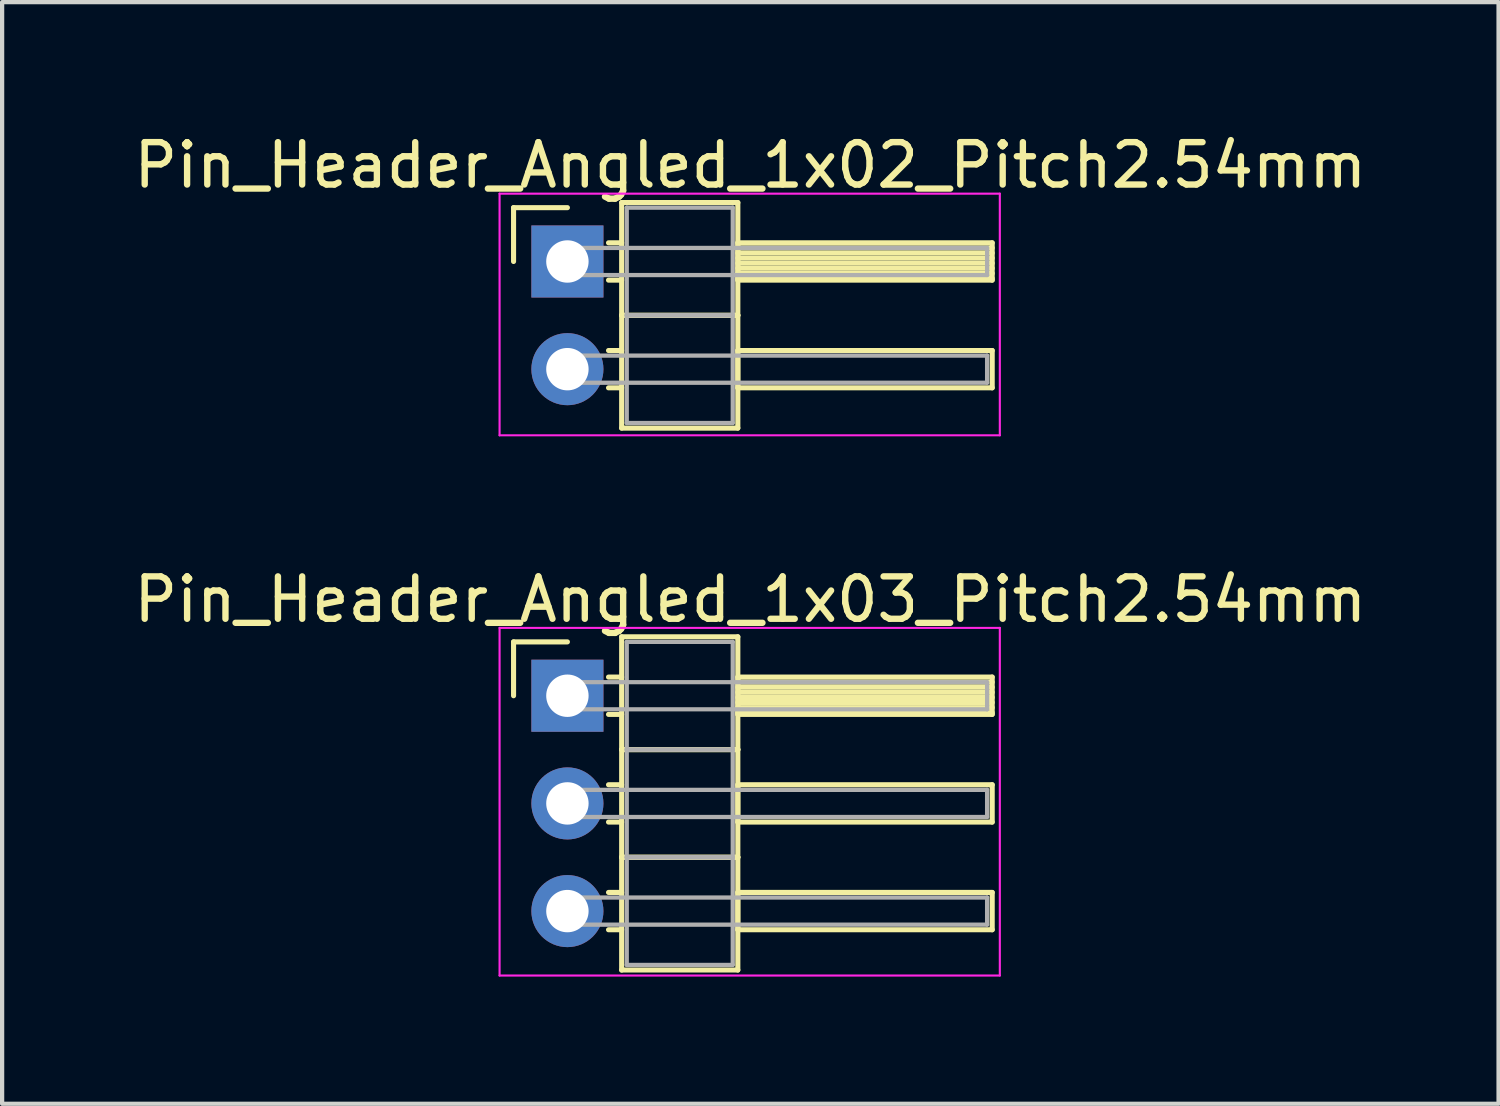
<source format=kicad_pcb>
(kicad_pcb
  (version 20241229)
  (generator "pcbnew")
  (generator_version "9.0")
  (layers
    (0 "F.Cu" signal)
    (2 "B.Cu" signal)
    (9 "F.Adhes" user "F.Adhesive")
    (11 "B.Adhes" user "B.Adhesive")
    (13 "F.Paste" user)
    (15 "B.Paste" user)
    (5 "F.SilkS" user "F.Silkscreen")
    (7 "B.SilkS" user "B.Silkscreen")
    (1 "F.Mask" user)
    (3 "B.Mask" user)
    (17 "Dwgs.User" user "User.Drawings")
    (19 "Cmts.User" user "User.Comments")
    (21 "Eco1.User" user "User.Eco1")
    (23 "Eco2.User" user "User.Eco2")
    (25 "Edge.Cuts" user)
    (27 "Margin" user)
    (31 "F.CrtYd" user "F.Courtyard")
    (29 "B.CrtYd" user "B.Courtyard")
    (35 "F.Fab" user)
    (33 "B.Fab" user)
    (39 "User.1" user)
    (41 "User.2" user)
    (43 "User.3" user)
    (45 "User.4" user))
  (footprint "Pin_Header_Angled_1x02_Pitch2.54mm"
    (layer "F.Cu")
    (at 10.334 3.118)
    (property "Reference" "Pin_Header_Angled_1x02_Pitch2.54mm" (at 4.315 -2.27 0) (layer "F.SilkS") (effects (font (size 1 1) (thickness 0.15))))
    (attr through_hole)
    (fp_line (start -1.27 -1.27) (end 0 -1.27) (stroke (width 0.12) (type solid)) (layer "F.SilkS"))
    (fp_line (start -1.27 0) (end -1.27 -1.27) (stroke (width 0.12) (type solid)) (layer "F.SilkS"))
    (fp_line (start 0.97 -0.44) (end 1.28 -0.44) (stroke (width 0.12) (type solid)) (layer "F.SilkS"))
    (fp_line (start 0.97 0.44) (end 1.28 0.44) (stroke (width 0.12) (type solid)) (layer "F.SilkS"))
    (fp_line (start 0.97 2.1) (end 1.28 2.1) (stroke (width 0.12) (type solid)) (layer "F.SilkS"))
    (fp_line (start 0.97 2.98) (end 1.28 2.98) (stroke (width 0.12) (type solid)) (layer "F.SilkS"))
    (fp_line (start 1.28 -1.39) (end 1.28 1.27) (stroke (width 0.12) (type solid)) (layer "F.SilkS"))
    (fp_line (start 1.28 1.27) (end 1.28 3.93) (stroke (width 0.12) (type solid)) (layer "F.SilkS"))
    (fp_line (start 1.28 1.27) (end 4.02 1.27) (stroke (width 0.12) (type solid)) (layer "F.SilkS"))
    (fp_line (start 1.28 3.93) (end 4.02 3.93) (stroke (width 0.12) (type solid)) (layer "F.SilkS"))
    (fp_line (start 4.02 -1.39) (end 1.28 -1.39) (stroke (width 0.12) (type solid)) (layer "F.SilkS"))
    (fp_line (start 4.02 -0.44) (end 4.02 0.44) (stroke (width 0.12) (type solid)) (layer "F.SilkS"))
    (fp_line (start 4.02 -0.32) (end 10.02 -0.32) (stroke (width 0.12) (type solid)) (layer "F.SilkS"))
    (fp_line (start 4.02 -0.2) (end 10.02 -0.2) (stroke (width 0.12) (type solid)) (layer "F.SilkS"))
    (fp_line (start 4.02 -0.08) (end 10.02 -0.08) (stroke (width 0.12) (type solid)) (layer "F.SilkS"))
    (fp_line (start 4.02 0.04) (end 10.02 0.04) (stroke (width 0.12) (type solid)) (layer "F.SilkS"))
    (fp_line (start 4.02 0.16) (end 10.02 0.16) (stroke (width 0.12) (type solid)) (layer "F.SilkS"))
    (fp_line (start 4.02 0.28) (end 10.02 0.28) (stroke (width 0.12) (type solid)) (layer "F.SilkS"))
    (fp_line (start 4.02 0.4) (end 10.02 0.4) (stroke (width 0.12) (type solid)) (layer "F.SilkS"))
    (fp_line (start 4.02 0.44) (end 10.02 0.44) (stroke (width 0.12) (type solid)) (layer "F.SilkS"))
    (fp_line (start 4.02 1.27) (end 1.28 1.27) (stroke (width 0.12) (type solid)) (layer "F.SilkS"))
    (fp_line (start 4.02 1.27) (end 4.02 -1.39) (stroke (width 0.12) (type solid)) (layer "F.SilkS"))
    (fp_line (start 4.02 2.1) (end 4.02 2.98) (stroke (width 0.12) (type solid)) (layer "F.SilkS"))
    (fp_line (start 4.02 2.98) (end 10.02 2.98) (stroke (width 0.12) (type solid)) (layer "F.SilkS"))
    (fp_line (start 4.02 3.93) (end 4.02 1.27) (stroke (width 0.12) (type solid)) (layer "F.SilkS"))
    (fp_line (start 10.02 -0.44) (end 4.02 -0.44) (stroke (width 0.12) (type solid)) (layer "F.SilkS"))
    (fp_line (start 10.02 0.44) (end 10.02 -0.44) (stroke (width 0.12) (type solid)) (layer "F.SilkS"))
    (fp_line (start 10.02 2.1) (end 4.02 2.1) (stroke (width 0.12) (type solid)) (layer "F.SilkS"))
    (fp_line (start 10.02 2.98) (end 10.02 2.1) (stroke (width 0.12) (type solid)) (layer "F.SilkS"))
    (fp_line (start -1.6 -1.6) (end -1.6 4.1) (stroke (width 0.05) (type solid)) (layer "F.CrtYd"))
    (fp_line (start -1.6 4.1) (end 10.2 4.1) (stroke (width 0.05) (type solid)) (layer "F.CrtYd"))
    (fp_line (start 10.2 -1.6) (end -1.6 -1.6) (stroke (width 0.05) (type solid)) (layer "F.CrtYd"))
    (fp_line (start 10.2 4.1) (end 10.2 -1.6) (stroke (width 0.05) (type solid)) (layer "F.CrtYd"))
    (fp_line (start 0 -0.32) (end 0 0.32) (stroke (width 0.1) (type solid)) (layer "F.Fab"))
    (fp_line (start 0 0.32) (end 9.9 0.32) (stroke (width 0.1) (type solid)) (layer "F.Fab"))
    (fp_line (start 0 2.22) (end 0 2.86) (stroke (width 0.1) (type solid)) (layer "F.Fab"))
    (fp_line (start 0 2.86) (end 9.9 2.86) (stroke (width 0.1) (type solid)) (layer "F.Fab"))
    (fp_line (start 1.4 -1.27) (end 1.4 1.27) (stroke (width 0.1) (type solid)) (layer "F.Fab"))
    (fp_line (start 1.4 1.27) (end 1.4 3.81) (stroke (width 0.1) (type solid)) (layer "F.Fab"))
    (fp_line (start 1.4 1.27) (end 3.9 1.27) (stroke (width 0.1) (type solid)) (layer "F.Fab"))
    (fp_line (start 1.4 3.81) (end 3.9 3.81) (stroke (width 0.1) (type solid)) (layer "F.Fab"))
    (fp_line (start 3.9 -1.27) (end 1.4 -1.27) (stroke (width 0.1) (type solid)) (layer "F.Fab"))
    (fp_line (start 3.9 1.27) (end 1.4 1.27) (stroke (width 0.1) (type solid)) (layer "F.Fab"))
    (fp_line (start 3.9 1.27) (end 3.9 -1.27) (stroke (width 0.1) (type solid)) (layer "F.Fab"))
    (fp_line (start 3.9 3.81) (end 3.9 1.27) (stroke (width 0.1) (type solid)) (layer "F.Fab"))
    (fp_line (start 9.9 -0.32) (end 0 -0.32) (stroke (width 0.1) (type solid)) (layer "F.Fab"))
    (fp_line (start 9.9 0.32) (end 9.9 -0.32) (stroke (width 0.1) (type solid)) (layer "F.Fab"))
    (fp_line (start 9.9 2.22) (end 0 2.22) (stroke (width 0.1) (type solid)) (layer "F.Fab"))
    (fp_line (start 9.9 2.86) (end 9.9 2.22) (stroke (width 0.1) (type solid)) (layer "F.Fab"))
    (pad "1" thru_hole rect (at 0 0) (size 1.7 1.7) (drill 1) (layers "*.Cu" "*.Mask"))
    (pad "2" thru_hole oval (at 0 2.54) (size 1.7 1.7) (drill 1) (layers "*.Cu" "*.Mask")))
  (footprint "Pin_Header_Angled_1x03_Pitch2.54mm"
    (layer "F.Cu")
    (at 10.334 13.361)
    (property "Reference" "Pin_Header_Angled_1x03_Pitch2.54mm" (at 4.315 -2.27 0) (layer "F.SilkS") (effects (font (size 1 1) (thickness 0.15))))
    (attr through_hole)
    (fp_line (start -1.27 -1.27) (end 0 -1.27) (stroke (width 0.12) (type solid)) (layer "F.SilkS"))
    (fp_line (start -1.27 0) (end -1.27 -1.27) (stroke (width 0.12) (type solid)) (layer "F.SilkS"))
    (fp_line (start 0.97 -0.44) (end 1.28 -0.44) (stroke (width 0.12) (type solid)) (layer "F.SilkS"))
    (fp_line (start 0.97 0.44) (end 1.28 0.44) (stroke (width 0.12) (type solid)) (layer "F.SilkS"))
    (fp_line (start 0.97 2.1) (end 1.28 2.1) (stroke (width 0.12) (type solid)) (layer "F.SilkS"))
    (fp_line (start 0.97 2.98) (end 1.28 2.98) (stroke (width 0.12) (type solid)) (layer "F.SilkS"))
    (fp_line (start 0.97 4.64) (end 1.28 4.64) (stroke (width 0.12) (type solid)) (layer "F.SilkS"))
    (fp_line (start 0.97 5.52) (end 1.28 5.52) (stroke (width 0.12) (type solid)) (layer "F.SilkS"))
    (fp_line (start 1.28 -1.39) (end 1.28 1.27) (stroke (width 0.12) (type solid)) (layer "F.SilkS"))
    (fp_line (start 1.28 1.27) (end 1.28 3.81) (stroke (width 0.12) (type solid)) (layer "F.SilkS"))
    (fp_line (start 1.28 1.27) (end 4.02 1.27) (stroke (width 0.12) (type solid)) (layer "F.SilkS"))
    (fp_line (start 1.28 3.81) (end 1.28 6.47) (stroke (width 0.12) (type solid)) (layer "F.SilkS"))
    (fp_line (start 1.28 3.81) (end 4.02 3.81) (stroke (width 0.12) (type solid)) (layer "F.SilkS"))
    (fp_line (start 1.28 6.47) (end 4.02 6.47) (stroke (width 0.12) (type solid)) (layer "F.SilkS"))
    (fp_line (start 4.02 -1.39) (end 1.28 -1.39) (stroke (width 0.12) (type solid)) (layer "F.SilkS"))
    (fp_line (start 4.02 -0.44) (end 4.02 0.44) (stroke (width 0.12) (type solid)) (layer "F.SilkS"))
    (fp_line (start 4.02 -0.32) (end 10.02 -0.32) (stroke (width 0.12) (type solid)) (layer "F.SilkS"))
    (fp_line (start 4.02 -0.2) (end 10.02 -0.2) (stroke (width 0.12) (type solid)) (layer "F.SilkS"))
    (fp_line (start 4.02 -0.08) (end 10.02 -0.08) (stroke (width 0.12) (type solid)) (layer "F.SilkS"))
    (fp_line (start 4.02 0.04) (end 10.02 0.04) (stroke (width 0.12) (type solid)) (layer "F.SilkS"))
    (fp_line (start 4.02 0.16) (end 10.02 0.16) (stroke (width 0.12) (type solid)) (layer "F.SilkS"))
    (fp_line (start 4.02 0.28) (end 10.02 0.28) (stroke (width 0.12) (type solid)) (layer "F.SilkS"))
    (fp_line (start 4.02 0.4) (end 10.02 0.4) (stroke (width 0.12) (type solid)) (layer "F.SilkS"))
    (fp_line (start 4.02 0.44) (end 10.02 0.44) (stroke (width 0.12) (type solid)) (layer "F.SilkS"))
    (fp_line (start 4.02 1.27) (end 1.28 1.27) (stroke (width 0.12) (type solid)) (layer "F.SilkS"))
    (fp_line (start 4.02 1.27) (end 4.02 -1.39) (stroke (width 0.12) (type solid)) (layer "F.SilkS"))
    (fp_line (start 4.02 2.1) (end 4.02 2.98) (stroke (width 0.12) (type solid)) (layer "F.SilkS"))
    (fp_line (start 4.02 2.98) (end 10.02 2.98) (stroke (width 0.12) (type solid)) (layer "F.SilkS"))
    (fp_line (start 4.02 3.81) (end 1.28 3.81) (stroke (width 0.12) (type solid)) (layer "F.SilkS"))
    (fp_line (start 4.02 3.81) (end 4.02 1.27) (stroke (width 0.12) (type solid)) (layer "F.SilkS"))
    (fp_line (start 4.02 4.64) (end 4.02 5.52) (stroke (width 0.12) (type solid)) (layer "F.SilkS"))
    (fp_line (start 4.02 5.52) (end 10.02 5.52) (stroke (width 0.12) (type solid)) (layer "F.SilkS"))
    (fp_line (start 4.02 6.47) (end 4.02 3.81) (stroke (width 0.12) (type solid)) (layer "F.SilkS"))
    (fp_line (start 10.02 -0.44) (end 4.02 -0.44) (stroke (width 0.12) (type solid)) (layer "F.SilkS"))
    (fp_line (start 10.02 0.44) (end 10.02 -0.44) (stroke (width 0.12) (type solid)) (layer "F.SilkS"))
    (fp_line (start 10.02 2.1) (end 4.02 2.1) (stroke (width 0.12) (type solid)) (layer "F.SilkS"))
    (fp_line (start 10.02 2.98) (end 10.02 2.1) (stroke (width 0.12) (type solid)) (layer "F.SilkS"))
    (fp_line (start 10.02 4.64) (end 4.02 4.64) (stroke (width 0.12) (type solid)) (layer "F.SilkS"))
    (fp_line (start 10.02 5.52) (end 10.02 4.64) (stroke (width 0.12) (type solid)) (layer "F.SilkS"))
    (fp_line (start -1.6 -1.6) (end -1.6 6.6) (stroke (width 0.05) (type solid)) (layer "F.CrtYd"))
    (fp_line (start -1.6 6.6) (end 10.2 6.6) (stroke (width 0.05) (type solid)) (layer "F.CrtYd"))
    (fp_line (start 10.2 -1.6) (end -1.6 -1.6) (stroke (width 0.05) (type solid)) (layer "F.CrtYd"))
    (fp_line (start 10.2 6.6) (end 10.2 -1.6) (stroke (width 0.05) (type solid)) (layer "F.CrtYd"))
    (fp_line (start 0 -0.32) (end 0 0.32) (stroke (width 0.1) (type solid)) (layer "F.Fab"))
    (fp_line (start 0 0.32) (end 9.9 0.32) (stroke (width 0.1) (type solid)) (layer "F.Fab"))
    (fp_line (start 0 2.22) (end 0 2.86) (stroke (width 0.1) (type solid)) (layer "F.Fab"))
    (fp_line (start 0 2.86) (end 9.9 2.86) (stroke (width 0.1) (type solid)) (layer "F.Fab"))
    (fp_line (start 0 4.76) (end 0 5.4) (stroke (width 0.1) (type solid)) (layer "F.Fab"))
    (fp_line (start 0 5.4) (end 9.9 5.4) (stroke (width 0.1) (type solid)) (layer "F.Fab"))
    (fp_line (start 1.4 -1.27) (end 1.4 1.27) (stroke (width 0.1) (type solid)) (layer "F.Fab"))
    (fp_line (start 1.4 1.27) (end 1.4 3.81) (stroke (width 0.1) (type solid)) (layer "F.Fab"))
    (fp_line (start 1.4 1.27) (end 3.9 1.27) (stroke (width 0.1) (type solid)) (layer "F.Fab"))
    (fp_line (start 1.4 3.81) (end 1.4 6.35) (stroke (width 0.1) (type solid)) (layer "F.Fab"))
    (fp_line (start 1.4 3.81) (end 3.9 3.81) (stroke (width 0.1) (type solid)) (layer "F.Fab"))
    (fp_line (start 1.4 6.35) (end 3.9 6.35) (stroke (width 0.1) (type solid)) (layer "F.Fab"))
    (fp_line (start 3.9 -1.27) (end 1.4 -1.27) (stroke (width 0.1) (type solid)) (layer "F.Fab"))
    (fp_line (start 3.9 1.27) (end 1.4 1.27) (stroke (width 0.1) (type solid)) (layer "F.Fab"))
    (fp_line (start 3.9 1.27) (end 3.9 -1.27) (stroke (width 0.1) (type solid)) (layer "F.Fab"))
    (fp_line (start 3.9 3.81) (end 1.4 3.81) (stroke (width 0.1) (type solid)) (layer "F.Fab"))
    (fp_line (start 3.9 3.81) (end 3.9 1.27) (stroke (width 0.1) (type solid)) (layer "F.Fab"))
    (fp_line (start 3.9 6.35) (end 3.9 3.81) (stroke (width 0.1) (type solid)) (layer "F.Fab"))
    (fp_line (start 9.9 -0.32) (end 0 -0.32) (stroke (width 0.1) (type solid)) (layer "F.Fab"))
    (fp_line (start 9.9 0.32) (end 9.9 -0.32) (stroke (width 0.1) (type solid)) (layer "F.Fab"))
    (fp_line (start 9.9 2.22) (end 0 2.22) (stroke (width 0.1) (type solid)) (layer "F.Fab"))
    (fp_line (start 9.9 2.86) (end 9.9 2.22) (stroke (width 0.1) (type solid)) (layer "F.Fab"))
    (fp_line (start 9.9 4.76) (end 0 4.76) (stroke (width 0.1) (type solid)) (layer "F.Fab"))
    (fp_line (start 9.9 5.4) (end 9.9 4.76) (stroke (width 0.1) (type solid)) (layer "F.Fab"))
    (pad "1" thru_hole rect (at 0 0) (size 1.7 1.7) (drill 1) (layers "*.Cu" "*.Mask"))
    (pad "2" thru_hole oval (at 0 2.54) (size 1.7 1.7) (drill 1) (layers "*.Cu" "*.Mask"))
    (pad "3" thru_hole oval (at 0 5.08) (size 1.7 1.7) (drill 1) (layers "*.Cu" "*.Mask")))
  (gr_rect
    (start -3 -3)
    (end 32.298 22.986)
    (stroke (width 0.1) (type default))
    (fill no)
    (layer "Edge.Cuts")))
</source>
